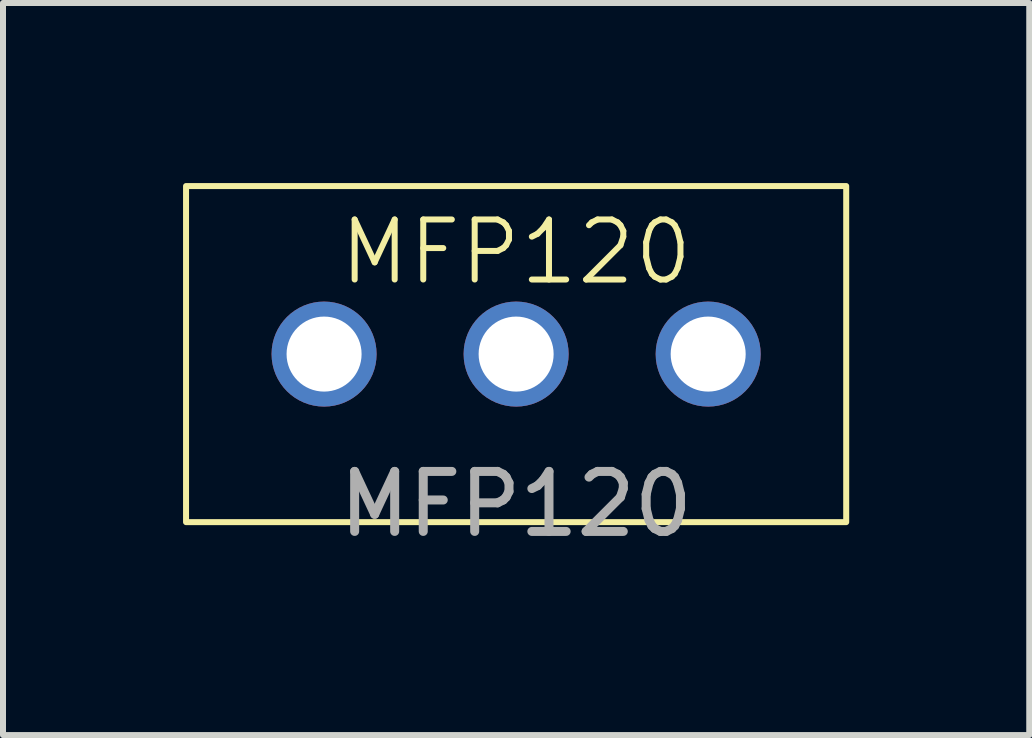
<source format=kicad_pcb>
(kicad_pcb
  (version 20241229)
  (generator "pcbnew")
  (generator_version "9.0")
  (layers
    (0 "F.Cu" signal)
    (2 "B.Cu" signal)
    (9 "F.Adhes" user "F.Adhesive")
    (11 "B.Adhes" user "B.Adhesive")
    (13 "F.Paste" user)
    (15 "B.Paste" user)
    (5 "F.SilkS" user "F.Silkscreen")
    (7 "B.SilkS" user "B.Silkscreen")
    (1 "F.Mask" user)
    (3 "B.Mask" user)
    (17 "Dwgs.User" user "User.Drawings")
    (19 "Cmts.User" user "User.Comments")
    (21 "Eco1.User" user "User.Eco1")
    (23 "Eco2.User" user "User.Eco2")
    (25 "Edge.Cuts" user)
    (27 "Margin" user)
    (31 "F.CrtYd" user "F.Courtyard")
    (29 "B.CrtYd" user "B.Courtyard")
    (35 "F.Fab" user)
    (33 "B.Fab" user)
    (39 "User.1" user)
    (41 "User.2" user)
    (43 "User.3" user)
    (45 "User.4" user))
  (footprint "MFP120"
    (layer "F.Cu")
    (at 5.55 2.85)
    (property "Reference" "MFP120" (at 0 -1.7 0) (unlocked yes) (layer "F.SilkS") (effects (font (size 1 1) (thickness 0.1))))
    (attr smd)
    (fp_rect (start -5.5 -2.8) (end 5.5 2.8) (stroke (width 0.1) (type default)) (fill no) (layer "F.SilkS"))
    (fp_text user "${REFERENCE}" (at 0 2.5 0) (unlocked yes) (layer "F.Fab") (effects (font (size 1 1) (thickness 0.15))))
    (pad "1" thru_hole circle (at -3.2 0) (size 1.75 1.75) (drill 1.25) (layers "*.Cu" "*.Mask"))
    (pad "2" thru_hole circle (at 0 0) (size 1.75 1.75) (drill 1.25) (layers "*.Cu" "*.Mask"))
    (pad "3" thru_hole circle (at 3.2 0) (size 1.75 1.75) (drill 1.25) (layers "*.Cu" "*.Mask")))
  (gr_rect
    (start -3 -3)
    (end 14.1 9.198)
    (stroke (width 0.1) (type default))
    (fill no)
    (layer "Edge.Cuts")))
</source>
